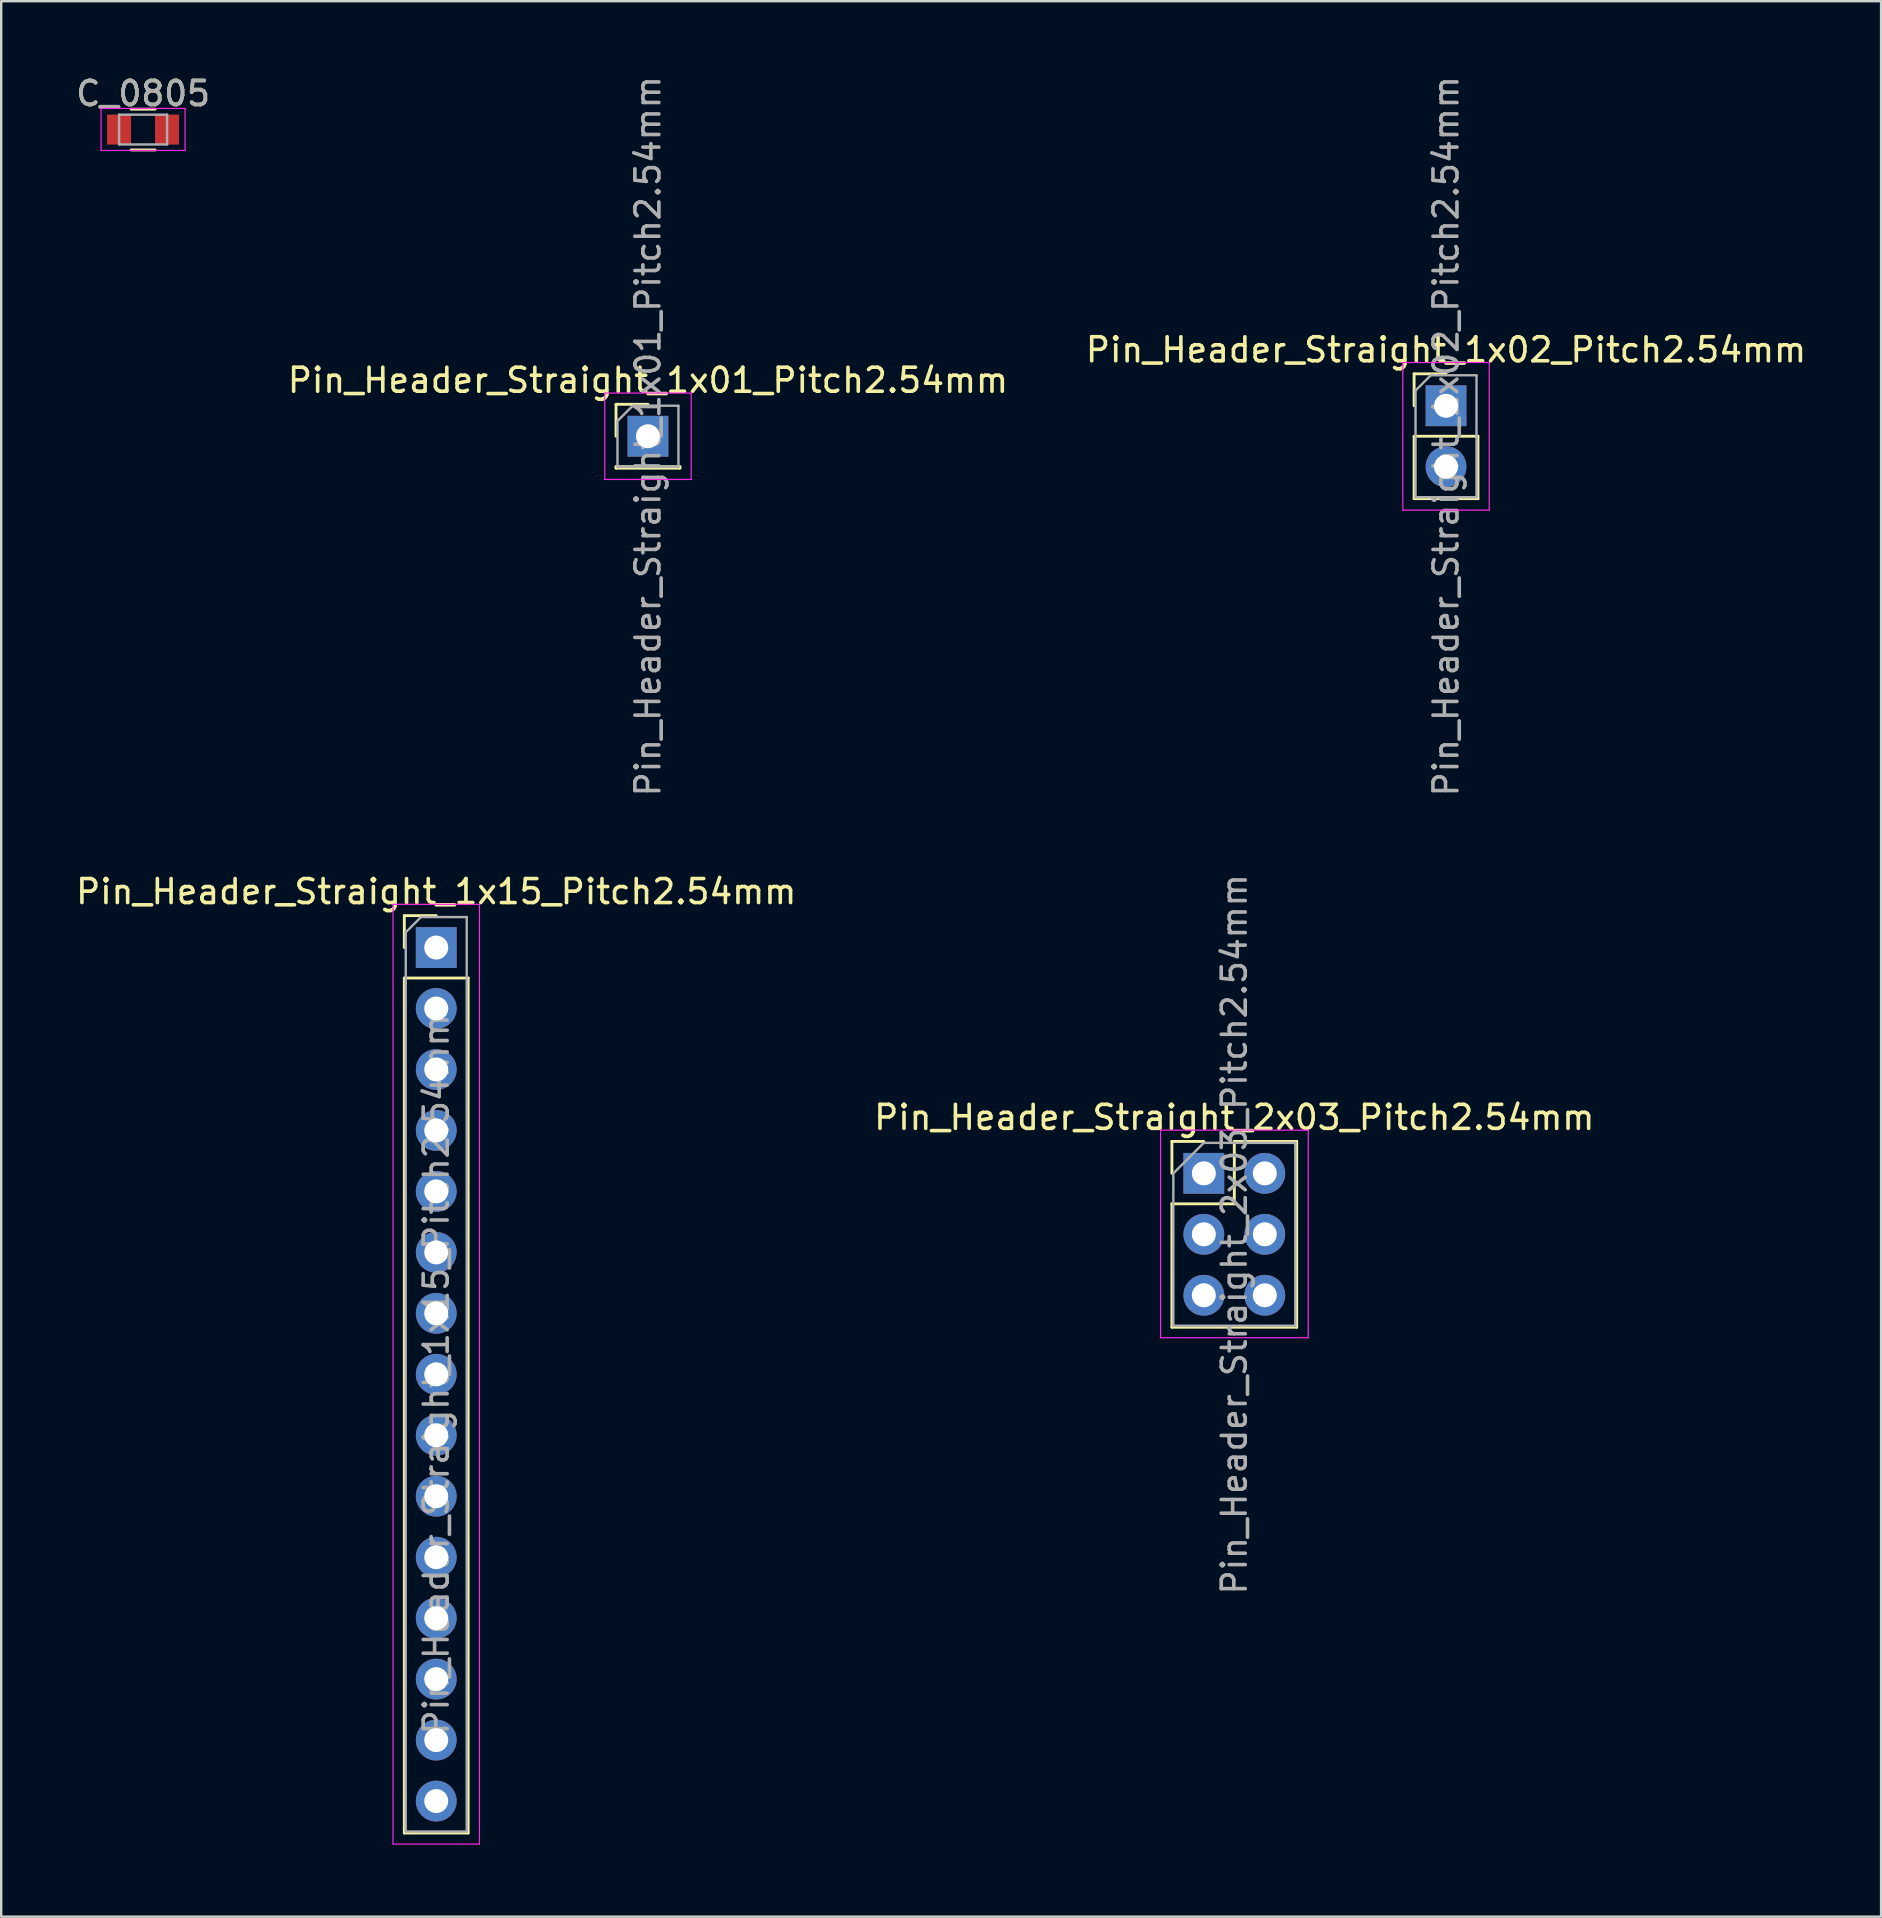
<source format=kicad_pcb>
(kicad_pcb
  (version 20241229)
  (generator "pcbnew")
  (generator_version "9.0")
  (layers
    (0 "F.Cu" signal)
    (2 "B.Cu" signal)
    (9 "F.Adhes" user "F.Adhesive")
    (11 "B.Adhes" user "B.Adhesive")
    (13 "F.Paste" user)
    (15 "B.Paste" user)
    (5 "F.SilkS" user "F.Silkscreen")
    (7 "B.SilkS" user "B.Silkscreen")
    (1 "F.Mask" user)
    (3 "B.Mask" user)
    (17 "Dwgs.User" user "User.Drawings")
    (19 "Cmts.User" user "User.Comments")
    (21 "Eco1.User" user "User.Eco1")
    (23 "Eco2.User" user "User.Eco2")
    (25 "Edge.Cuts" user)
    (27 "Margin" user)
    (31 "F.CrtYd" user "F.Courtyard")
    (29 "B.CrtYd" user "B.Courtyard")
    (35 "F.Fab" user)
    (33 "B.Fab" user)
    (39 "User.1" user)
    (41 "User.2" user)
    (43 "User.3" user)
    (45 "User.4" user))
  (footprint "Pin_Header_Straight_2x03_Pitch2.54mm"
    (layer "F.Cu")
    (at 47.105 45.835)
    (property "Reference" "Pin_Header_Straight_2x03_Pitch2.54mm" (at 1.27 -2.33 0) (layer "F.SilkS") (effects (font (size 1 1) (thickness 0.15))))
    (attr through_hole)
    (fp_line (start -1.33 -1.33) (end 0 -1.33) (stroke (width 0.12) (type solid)) (layer "F.SilkS"))
    (fp_line (start -1.33 0) (end -1.33 -1.33) (stroke (width 0.12) (type solid)) (layer "F.SilkS"))
    (fp_line (start -1.33 1.27) (end -1.33 6.41) (stroke (width 0.12) (type solid)) (layer "F.SilkS"))
    (fp_line (start -1.33 1.27) (end 1.27 1.27) (stroke (width 0.12) (type solid)) (layer "F.SilkS"))
    (fp_line (start -1.33 6.41) (end 3.87 6.41) (stroke (width 0.12) (type solid)) (layer "F.SilkS"))
    (fp_line (start 1.27 -1.33) (end 3.87 -1.33) (stroke (width 0.12) (type solid)) (layer "F.SilkS"))
    (fp_line (start 1.27 1.27) (end 1.27 -1.33) (stroke (width 0.12) (type solid)) (layer "F.SilkS"))
    (fp_line (start 3.87 -1.33) (end 3.87 6.41) (stroke (width 0.12) (type solid)) (layer "F.SilkS"))
    (fp_line (start -1.8 -1.8) (end -1.8 6.85) (stroke (width 0.05) (type solid)) (layer "F.CrtYd"))
    (fp_line (start -1.8 6.85) (end 4.35 6.85) (stroke (width 0.05) (type solid)) (layer "F.CrtYd"))
    (fp_line (start 4.35 -1.8) (end -1.8 -1.8) (stroke (width 0.05) (type solid)) (layer "F.CrtYd"))
    (fp_line (start 4.35 6.85) (end 4.35 -1.8) (stroke (width 0.05) (type solid)) (layer "F.CrtYd"))
    (fp_line (start -1.27 0) (end 0 -1.27) (stroke (width 0.1) (type solid)) (layer "F.Fab"))
    (fp_line (start -1.27 6.35) (end -1.27 0) (stroke (width 0.1) (type solid)) (layer "F.Fab"))
    (fp_line (start 0 -1.27) (end 3.81 -1.27) (stroke (width 0.1) (type solid)) (layer "F.Fab"))
    (fp_line (start 3.81 -1.27) (end 3.81 6.35) (stroke (width 0.1) (type solid)) (layer "F.Fab"))
    (fp_line (start 3.81 6.35) (end -1.27 6.35) (stroke (width 0.1) (type solid)) (layer "F.Fab"))
    (fp_text user "${REFERENCE}" (at 1.27 2.54 90) (layer "F.Fab") (effects (font (size 1 1) (thickness 0.15))))
    (pad "1" thru_hole rect (at 0 0) (size 1.7 1.7) (drill 1) (layers "*.Cu" "*.Mask"))
    (pad "2" thru_hole oval (at 2.54 0) (size 1.7 1.7) (drill 1) (layers "*.Cu" "*.Mask"))
    (pad "3" thru_hole oval (at 0 2.54) (size 1.7 1.7) (drill 1) (layers "*.Cu" "*.Mask"))
    (pad "4" thru_hole oval (at 2.54 2.54) (size 1.7 1.7) (drill 1) (layers "*.Cu" "*.Mask"))
    (pad "5" thru_hole oval (at 0 5.08) (size 1.7 1.7) (drill 1) (layers "*.Cu" "*.Mask"))
    (pad "6" thru_hole oval (at 2.54 5.08) (size 1.7 1.7) (drill 1) (layers "*.Cu" "*.Mask")))
  (footprint "Pin_Header_Straight_1x02_Pitch2.54mm"
    (layer "F.Cu")
    (at 57.196 13.855)
    (property "Reference" "Pin_Header_Straight_1x02_Pitch2.54mm" (at 0 -2.33 0) (layer "F.SilkS") (effects (font (size 1 1) (thickness 0.15))))
    (attr through_hole)
    (fp_line (start -1.33 -1.33) (end 0 -1.33) (stroke (width 0.12) (type solid)) (layer "F.SilkS"))
    (fp_line (start -1.33 0) (end -1.33 -1.33) (stroke (width 0.12) (type solid)) (layer "F.SilkS"))
    (fp_line (start -1.33 1.27) (end -1.33 3.87) (stroke (width 0.12) (type solid)) (layer "F.SilkS"))
    (fp_line (start -1.33 1.27) (end 1.33 1.27) (stroke (width 0.12) (type solid)) (layer "F.SilkS"))
    (fp_line (start -1.33 3.87) (end 1.33 3.87) (stroke (width 0.12) (type solid)) (layer "F.SilkS"))
    (fp_line (start 1.33 1.27) (end 1.33 3.87) (stroke (width 0.12) (type solid)) (layer "F.SilkS"))
    (fp_line (start -1.8 -1.8) (end -1.8 4.35) (stroke (width 0.05) (type solid)) (layer "F.CrtYd"))
    (fp_line (start -1.8 4.35) (end 1.8 4.35) (stroke (width 0.05) (type solid)) (layer "F.CrtYd"))
    (fp_line (start 1.8 -1.8) (end -1.8 -1.8) (stroke (width 0.05) (type solid)) (layer "F.CrtYd"))
    (fp_line (start 1.8 4.35) (end 1.8 -1.8) (stroke (width 0.05) (type solid)) (layer "F.CrtYd"))
    (fp_line (start -1.27 -0.635) (end -0.635 -1.27) (stroke (width 0.1) (type solid)) (layer "F.Fab"))
    (fp_line (start -1.27 3.81) (end -1.27 -0.635) (stroke (width 0.1) (type solid)) (layer "F.Fab"))
    (fp_line (start -0.635 -1.27) (end 1.27 -1.27) (stroke (width 0.1) (type solid)) (layer "F.Fab"))
    (fp_line (start 1.27 -1.27) (end 1.27 3.81) (stroke (width 0.1) (type solid)) (layer "F.Fab"))
    (fp_line (start 1.27 3.81) (end -1.27 3.81) (stroke (width 0.1) (type solid)) (layer "F.Fab"))
    (fp_text user "${REFERENCE}" (at 0 1.27 90) (layer "F.Fab") (effects (font (size 1 1) (thickness 0.15))))
    (pad "1" thru_hole rect (at 0 0) (size 1.7 1.7) (drill 1) (layers "*.Cu" "*.Mask"))
    (pad "2" thru_hole oval (at 0 2.54) (size 1.7 1.7) (drill 1) (layers "*.Cu" "*.Mask")))
  (footprint "Pin_Header_Straight_1x01_Pitch2.54mm"
    (layer "F.Cu")
    (at 23.946 15.125)
    (property "Reference" "Pin_Header_Straight_1x01_Pitch2.54mm" (at 0 -2.33 0) (layer "F.SilkS") (effects (font (size 1 1) (thickness 0.15))))
    (attr through_hole)
    (fp_line (start -1.33 -1.33) (end 0 -1.33) (stroke (width 0.12) (type solid)) (layer "F.SilkS"))
    (fp_line (start -1.33 0) (end -1.33 -1.33) (stroke (width 0.12) (type solid)) (layer "F.SilkS"))
    (fp_line (start -1.33 1.27) (end -1.33 1.33) (stroke (width 0.12) (type solid)) (layer "F.SilkS"))
    (fp_line (start -1.33 1.27) (end 1.33 1.27) (stroke (width 0.12) (type solid)) (layer "F.SilkS"))
    (fp_line (start -1.33 1.33) (end 1.33 1.33) (stroke (width 0.12) (type solid)) (layer "F.SilkS"))
    (fp_line (start 1.33 1.27) (end 1.33 1.33) (stroke (width 0.12) (type solid)) (layer "F.SilkS"))
    (fp_line (start -1.8 -1.8) (end -1.8 1.8) (stroke (width 0.05) (type solid)) (layer "F.CrtYd"))
    (fp_line (start -1.8 1.8) (end 1.8 1.8) (stroke (width 0.05) (type solid)) (layer "F.CrtYd"))
    (fp_line (start 1.8 -1.8) (end -1.8 -1.8) (stroke (width 0.05) (type solid)) (layer "F.CrtYd"))
    (fp_line (start 1.8 1.8) (end 1.8 -1.8) (stroke (width 0.05) (type solid)) (layer "F.CrtYd"))
    (fp_line (start -1.27 -0.635) (end -0.635 -1.27) (stroke (width 0.1) (type solid)) (layer "F.Fab"))
    (fp_line (start -1.27 1.27) (end -1.27 -0.635) (stroke (width 0.1) (type solid)) (layer "F.Fab"))
    (fp_line (start -0.635 -1.27) (end 1.27 -1.27) (stroke (width 0.1) (type solid)) (layer "F.Fab"))
    (fp_line (start 1.27 -1.27) (end 1.27 1.27) (stroke (width 0.1) (type solid)) (layer "F.Fab"))
    (fp_line (start 1.27 1.27) (end -1.27 1.27) (stroke (width 0.1) (type solid)) (layer "F.Fab"))
    (fp_text user "${REFERENCE}" (at 0 0 90) (layer "F.Fab") (effects (font (size 1 1) (thickness 0.15))))
    (pad "1" thru_hole rect (at 0 0) (size 1.7 1.7) (drill 1) (layers "*.Cu" "*.Mask")))
  (footprint "Pin_Header_Straight_1x15_Pitch2.54mm"
    (layer "F.Cu")
    (at 15.125 36.428)
    (property "Reference" "Pin_Header_Straight_1x15_Pitch2.54mm" (at 0 -2.33 0) (layer "F.SilkS") (effects (font (size 1 1) (thickness 0.15))))
    (attr through_hole)
    (fp_line (start -1.33 -1.33) (end 0 -1.33) (stroke (width 0.12) (type solid)) (layer "F.SilkS"))
    (fp_line (start -1.33 0) (end -1.33 -1.33) (stroke (width 0.12) (type solid)) (layer "F.SilkS"))
    (fp_line (start -1.33 1.27) (end -1.33 36.89) (stroke (width 0.12) (type solid)) (layer "F.SilkS"))
    (fp_line (start -1.33 1.27) (end 1.33 1.27) (stroke (width 0.12) (type solid)) (layer "F.SilkS"))
    (fp_line (start -1.33 36.89) (end 1.33 36.89) (stroke (width 0.12) (type solid)) (layer "F.SilkS"))
    (fp_line (start 1.33 1.27) (end 1.33 36.89) (stroke (width 0.12) (type solid)) (layer "F.SilkS"))
    (fp_line (start -1.8 -1.8) (end -1.8 37.35) (stroke (width 0.05) (type solid)) (layer "F.CrtYd"))
    (fp_line (start -1.8 37.35) (end 1.8 37.35) (stroke (width 0.05) (type solid)) (layer "F.CrtYd"))
    (fp_line (start 1.8 -1.8) (end -1.8 -1.8) (stroke (width 0.05) (type solid)) (layer "F.CrtYd"))
    (fp_line (start 1.8 37.35) (end 1.8 -1.8) (stroke (width 0.05) (type solid)) (layer "F.CrtYd"))
    (fp_line (start -1.27 -0.635) (end -0.635 -1.27) (stroke (width 0.1) (type solid)) (layer "F.Fab"))
    (fp_line (start -1.27 36.83) (end -1.27 -0.635) (stroke (width 0.1) (type solid)) (layer "F.Fab"))
    (fp_line (start -0.635 -1.27) (end 1.27 -1.27) (stroke (width 0.1) (type solid)) (layer "F.Fab"))
    (fp_line (start 1.27 -1.27) (end 1.27 36.83) (stroke (width 0.1) (type solid)) (layer "F.Fab"))
    (fp_line (start 1.27 36.83) (end -1.27 36.83) (stroke (width 0.1) (type solid)) (layer "F.Fab"))
    (fp_text user "${REFERENCE}" (at 0 17.78 90) (layer "F.Fab") (effects (font (size 1 1) (thickness 0.15))))
    (pad "1" thru_hole rect (at 0 0) (size 1.7 1.7) (drill 1) (layers "*.Cu" "*.Mask"))
    (pad "2" thru_hole oval (at 0 2.54) (size 1.7 1.7) (drill 1) (layers "*.Cu" "*.Mask"))
    (pad "3" thru_hole oval (at 0 5.08) (size 1.7 1.7) (drill 1) (layers "*.Cu" "*.Mask"))
    (pad "4" thru_hole oval (at 0 7.62) (size 1.7 1.7) (drill 1) (layers "*.Cu" "*.Mask"))
    (pad "5" thru_hole oval (at 0 10.16) (size 1.7 1.7) (drill 1) (layers "*.Cu" "*.Mask"))
    (pad "6" thru_hole oval (at 0 12.7) (size 1.7 1.7) (drill 1) (layers "*.Cu" "*.Mask"))
    (pad "7" thru_hole oval (at 0 15.24) (size 1.7 1.7) (drill 1) (layers "*.Cu" "*.Mask"))
    (pad "8" thru_hole oval (at 0 17.78) (size 1.7 1.7) (drill 1) (layers "*.Cu" "*.Mask"))
    (pad "9" thru_hole oval (at 0 20.32) (size 1.7 1.7) (drill 1) (layers "*.Cu" "*.Mask"))
    (pad "10" thru_hole oval (at 0 22.86) (size 1.7 1.7) (drill 1) (layers "*.Cu" "*.Mask"))
    (pad "11" thru_hole oval (at 0 25.4) (size 1.7 1.7) (drill 1) (layers "*.Cu" "*.Mask"))
    (pad "12" thru_hole oval (at 0 27.94) (size 1.7 1.7) (drill 1) (layers "*.Cu" "*.Mask"))
    (pad "13" thru_hole oval (at 0 30.48) (size 1.7 1.7) (drill 1) (layers "*.Cu" "*.Mask"))
    (pad "14" thru_hole oval (at 0 33.02) (size 1.7 1.7) (drill 1) (layers "*.Cu" "*.Mask"))
    (pad "15" thru_hole oval (at 0 35.56) (size 1.7 1.7) (drill 1) (layers "*.Cu" "*.Mask")))
  (footprint "C_0805"
    (layer "F.Cu")
    (at 2.911 2.348)
    (property "Reference" "C_0805" (at 0 -1.5 0) (layer "F.SilkS") (effects (font (size 1 1) (thickness 0.15))))
    (attr smd)
    (fp_line (start -0.5 0.85) (end 0.5 0.85) (stroke (width 0.12) (type solid)) (layer "F.SilkS"))
    (fp_line (start 0.5 -0.85) (end -0.5 -0.85) (stroke (width 0.12) (type solid)) (layer "F.SilkS"))
    (fp_line (start -1.75 -0.88) (end -1.75 0.87) (stroke (width 0.05) (type solid)) (layer "F.CrtYd"))
    (fp_line (start -1.75 -0.88) (end 1.75 -0.88) (stroke (width 0.05) (type solid)) (layer "F.CrtYd"))
    (fp_line (start 1.75 0.87) (end -1.75 0.87) (stroke (width 0.05) (type solid)) (layer "F.CrtYd"))
    (fp_line (start 1.75 0.87) (end 1.75 -0.88) (stroke (width 0.05) (type solid)) (layer "F.CrtYd"))
    (fp_line (start -1 -0.62) (end 1 -0.62) (stroke (width 0.1) (type solid)) (layer "F.Fab"))
    (fp_line (start -1 0.62) (end -1 -0.62) (stroke (width 0.1) (type solid)) (layer "F.Fab"))
    (fp_line (start 1 -0.62) (end 1 0.62) (stroke (width 0.1) (type solid)) (layer "F.Fab"))
    (fp_line (start 1 0.62) (end -1 0.62) (stroke (width 0.1) (type solid)) (layer "F.Fab"))
    (fp_text user "${REFERENCE}" (at 0 -1.5 0) (layer "F.Fab") (effects (font (size 1 1) (thickness 0.15))))
    (pad "1" smd rect (at -1 0) (size 1 1.25) (layers "F.Cu" "F.Mask" "F.Paste"))
    (pad "2" smd rect (at 1 0) (size 1 1.25) (layers "F.Cu" "F.Mask" "F.Paste")))
  (gr_rect
    (start -3 -3)
    (end 75.321 76.803)
    (stroke (width 0.1) (type default))
    (fill no)
    (layer "Edge.Cuts")))
</source>
